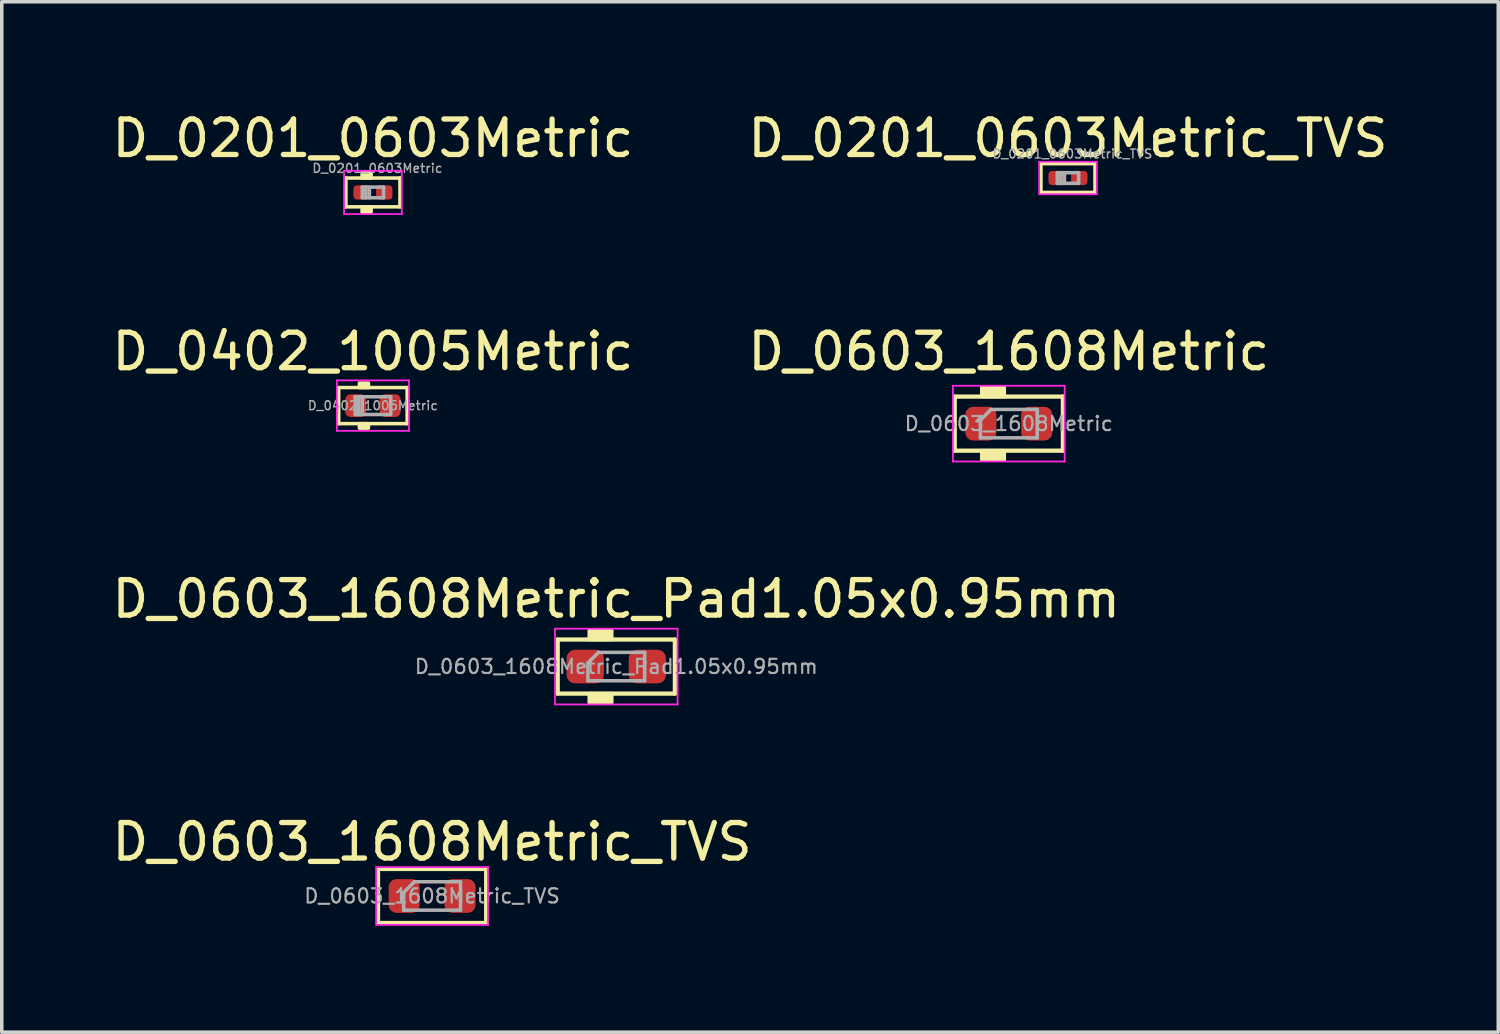
<source format=kicad_pcb>
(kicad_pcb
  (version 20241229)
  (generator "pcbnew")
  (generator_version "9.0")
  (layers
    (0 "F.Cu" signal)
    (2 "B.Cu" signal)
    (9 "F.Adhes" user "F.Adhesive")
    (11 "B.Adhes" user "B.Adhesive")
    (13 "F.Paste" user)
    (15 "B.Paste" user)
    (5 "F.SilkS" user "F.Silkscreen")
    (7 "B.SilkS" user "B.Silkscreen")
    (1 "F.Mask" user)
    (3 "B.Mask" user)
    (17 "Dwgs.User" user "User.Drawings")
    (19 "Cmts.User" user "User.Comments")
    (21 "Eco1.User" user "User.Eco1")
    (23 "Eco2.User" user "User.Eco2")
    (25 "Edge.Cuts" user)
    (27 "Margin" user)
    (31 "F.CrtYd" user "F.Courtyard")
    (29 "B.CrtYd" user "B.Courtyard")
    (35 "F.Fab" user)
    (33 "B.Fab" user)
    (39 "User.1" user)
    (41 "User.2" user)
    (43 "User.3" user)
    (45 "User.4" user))
  (footprint "D_0201_0603Metric_TVS"
    (layer "F.Cu")
    (at 27.042 1.966)
    (property "Reference" "D_0201_0603Metric_TVS" (at 0 -1.118 0) (layer "F.SilkS") (effects (font (size 1 1) (thickness 0.15))))
    (attr smd)
    (fp_line (start -0.762 -0.406) (end 0.762 -0.406) (stroke (width 0.1) (type solid)) (layer "F.SilkS"))
    (fp_line (start -0.762 0.406) (end -0.762 -0.406) (stroke (width 0.1) (type solid)) (layer "F.SilkS"))
    (fp_line (start 0.762 -0.406) (end 0.762 0.406) (stroke (width 0.1) (type solid)) (layer "F.SilkS"))
    (fp_line (start 0.762 0.406) (end -0.762 0.406) (stroke (width 0.1) (type solid)) (layer "F.SilkS"))
    (fp_line (start -0.813 -0.457) (end 0.813 -0.457) (stroke (width 0.05) (type solid)) (layer "F.CrtYd"))
    (fp_line (start -0.813 0.457) (end -0.813 -0.457) (stroke (width 0.05) (type solid)) (layer "F.CrtYd"))
    (fp_line (start 0.813 0.457) (end -0.813 0.457) (stroke (width 0.05) (type solid)) (layer "F.CrtYd"))
    (fp_line (start 0.813 0.457) (end 0.813 -0.457) (stroke (width 0.05) (type solid)) (layer "F.CrtYd"))
    (fp_line (start -0.3 -0.15) (end 0.3 -0.15) (stroke (width 0.1) (type solid)) (layer "F.Fab"))
    (fp_line (start -0.3 0.15) (end -0.3 -0.15) (stroke (width 0.1) (type solid)) (layer "F.Fab"))
    (fp_line (start -0.2 0.15) (end -0.2 -0.15) (stroke (width 0.1) (type solid)) (layer "F.Fab"))
    (fp_line (start -0.1 0.15) (end -0.1 -0.15) (stroke (width 0.1) (type solid)) (layer "F.Fab"))
    (fp_line (start 0.3 -0.15) (end 0.3 0.15) (stroke (width 0.1) (type solid)) (layer "F.Fab"))
    (fp_line (start 0.3 0.15) (end -0.3 0.15) (stroke (width 0.1) (type solid)) (layer "F.Fab"))
    (fp_text user "${REFERENCE}" (at 0.127 -0.68 0) (layer "F.Fab") (effects (font (size 0.25 0.25) (thickness 0.04))))
    (pad "" smd roundrect (at -0.345 0) (size 0.318 0.36) (layers "F.Paste") (roundrect_rratio 0.25))
    (pad "" smd roundrect (at 0.345 0) (size 0.318 0.36) (layers "F.Paste") (roundrect_rratio 0.25))
    (pad "1" smd roundrect (at -0.32 0) (size 0.46 0.4) (layers "F.Cu" "F.Mask") (roundrect_rratio 0.25))
    (pad "2" smd roundrect (at 0.32 0) (size 0.46 0.4) (layers "F.Cu" "F.Mask") (roundrect_rratio 0.25)))
  (footprint "D_0402_1005Metric"
    (layer "F.Cu")
    (at 7.458 8.379)
    (property "Reference" "D_0402_1005Metric" (at 0 -1.524 0) (layer "F.SilkS") (effects (font (size 1 1) (thickness 0.15))))
    (attr smd)
    (fp_line (start -0.965 -0.508) (end -0.965 0.508) (stroke (width 0.1) (type solid)) (layer "F.SilkS"))
    (fp_line (start -0.965 0.508) (end 0.965 0.508) (stroke (width 0.1) (type solid)) (layer "F.SilkS"))
    (fp_line (start 0.965 -0.508) (end -0.965 -0.508) (stroke (width 0.1) (type solid)) (layer "F.SilkS"))
    (fp_line (start 0.965 0.508) (end 0.965 -0.508) (stroke (width 0.1) (type solid)) (layer "F.SilkS"))
    (fp_poly (pts (xy -0.127 -0.508) (xy -0.381 -0.508) (xy -0.381 -0.635) (xy -0.127 -0.635)) (stroke (width 0.1) (type solid)) (fill yes) (layer "F.SilkS"))
    (fp_poly (pts (xy -0.127 0.635) (xy -0.381 0.635) (xy -0.381 0.508) (xy -0.127 0.508)) (stroke (width 0.1) (type solid)) (fill yes) (layer "F.SilkS"))
    (fp_line (start -1.016 -0.711) (end 1.016 -0.711) (stroke (width 0.05) (type solid)) (layer "F.CrtYd"))
    (fp_line (start -1.016 0.711) (end -1.016 -0.711) (stroke (width 0.05) (type solid)) (layer "F.CrtYd"))
    (fp_line (start 1.016 -0.711) (end 1.016 0.711) (stroke (width 0.05) (type solid)) (layer "F.CrtYd"))
    (fp_line (start 1.016 0.711) (end -1.016 0.711) (stroke (width 0.05) (type solid)) (layer "F.CrtYd"))
    (fp_line (start -0.5 -0.25) (end 0.5 -0.25) (stroke (width 0.1) (type solid)) (layer "F.Fab"))
    (fp_line (start -0.5 0.25) (end -0.5 -0.25) (stroke (width 0.1) (type solid)) (layer "F.Fab"))
    (fp_line (start -0.4 0.25) (end -0.4 -0.25) (stroke (width 0.1) (type solid)) (layer "F.Fab"))
    (fp_line (start -0.3 0.25) (end -0.3 -0.25) (stroke (width 0.1) (type solid)) (layer "F.Fab"))
    (fp_line (start 0.5 -0.25) (end 0.5 0.25) (stroke (width 0.1) (type solid)) (layer "F.Fab"))
    (fp_line (start 0.5 0.25) (end -0.5 0.25) (stroke (width 0.1) (type solid)) (layer "F.Fab"))
    (fp_text user "${REFERENCE}" (at 0 0 0) (layer "F.Fab") (effects (font (size 0.25 0.25) (thickness 0.04))))
    (pad "1" smd roundrect (at -0.485 0) (size 0.59 0.64) (layers "F.Cu" "F.Mask" "F.Paste") (roundrect_rratio 0.25))
    (pad "2" smd roundrect (at 0.485 0) (size 0.59 0.64) (layers "F.Cu" "F.Mask" "F.Paste") (roundrect_rratio 0.25)))
  (footprint "D_0603_1608Metric_TVS"
    (layer "F.Cu")
    (at 9.125 22.196)
    (property "Reference" "D_0603_1608Metric_TVS" (at 0 -1.524 0) (layer "F.SilkS") (effects (font (size 1 1) (thickness 0.15))))
    (attr smd)
    (fp_line (start -1.524 -0.762) (end -1.524 0.762) (stroke (width 0.12) (type solid)) (layer "F.SilkS"))
    (fp_line (start -1.524 0.762) (end 1.524 0.762) (stroke (width 0.12) (type solid)) (layer "F.SilkS"))
    (fp_line (start 1.524 -0.762) (end -1.524 -0.762) (stroke (width 0.12) (type solid)) (layer "F.SilkS"))
    (fp_line (start 1.524 0.762) (end 1.524 -0.762) (stroke (width 0.12) (type solid)) (layer "F.SilkS"))
    (fp_line (start -1.575 -0.813) (end 1.575 -0.813) (stroke (width 0.05) (type solid)) (layer "F.CrtYd"))
    (fp_line (start -1.575 0.813) (end -1.575 -0.813) (stroke (width 0.05) (type solid)) (layer "F.CrtYd"))
    (fp_line (start 1.575 -0.813) (end 1.575 0.813) (stroke (width 0.05) (type solid)) (layer "F.CrtYd"))
    (fp_line (start 1.575 0.813) (end -1.575 0.813) (stroke (width 0.05) (type solid)) (layer "F.CrtYd"))
    (fp_line (start -0.8 -0.1) (end -0.8 0.4) (stroke (width 0.1) (type solid)) (layer "F.Fab"))
    (fp_line (start -0.8 0.4) (end 0.8 0.4) (stroke (width 0.1) (type solid)) (layer "F.Fab"))
    (fp_line (start -0.5 -0.4) (end -0.8 -0.1) (stroke (width 0.1) (type solid)) (layer "F.Fab"))
    (fp_line (start 0.8 -0.4) (end -0.5 -0.4) (stroke (width 0.1) (type solid)) (layer "F.Fab"))
    (fp_line (start 0.8 0.4) (end 0.8 -0.4) (stroke (width 0.1) (type solid)) (layer "F.Fab"))
    (fp_text user "${REFERENCE}" (at 0 0 0) (layer "F.Fab") (effects (font (size 0.4 0.4) (thickness 0.06))))
    (pad "1" smd roundrect (at -0.787 0) (size 0.875 0.95) (layers "F.Cu" "F.Mask" "F.Paste") (roundrect_rratio 0.25))
    (pad "2" smd roundrect (at 0.787 0) (size 0.875 0.95) (layers "F.Cu" "F.Mask" "F.Paste") (roundrect_rratio 0.25)))
  (footprint "D_0201_0603Metric"
    (layer "F.Cu")
    (at 7.458 2.372)
    (property "Reference" "D_0201_0603Metric" (at 0 -1.524 0) (layer "F.SilkS") (effects (font (size 1 1) (thickness 0.15))))
    (attr smd)
    (fp_line (start -0.762 -0.406) (end 0.762 -0.406) (stroke (width 0.1) (type solid)) (layer "F.SilkS"))
    (fp_line (start -0.762 0.406) (end -0.762 -0.406) (stroke (width 0.1) (type solid)) (layer "F.SilkS"))
    (fp_line (start 0.762 -0.406) (end 0.762 0.406) (stroke (width 0.1) (type solid)) (layer "F.SilkS"))
    (fp_line (start 0.762 0.406) (end -0.762 0.406) (stroke (width 0.1) (type solid)) (layer "F.SilkS"))
    (fp_poly (pts (xy -0.051 -0.406) (xy -0.305 -0.406) (xy -0.305 -0.559) (xy -0.051 -0.559)) (stroke (width 0.1) (type solid)) (fill yes) (layer "F.SilkS"))
    (fp_poly (pts (xy -0.051 0.559) (xy -0.305 0.559) (xy -0.305 0.406) (xy -0.051 0.406)) (stroke (width 0.1) (type solid)) (fill yes) (layer "F.SilkS"))
    (fp_line (start -0.813 -0.61) (end 0.813 -0.61) (stroke (width 0.05) (type solid)) (layer "F.CrtYd"))
    (fp_line (start -0.813 0.61) (end -0.813 -0.61) (stroke (width 0.05) (type solid)) (layer "F.CrtYd"))
    (fp_line (start 0.813 0.61) (end -0.813 0.61) (stroke (width 0.05) (type solid)) (layer "F.CrtYd"))
    (fp_line (start 0.813 0.61) (end 0.813 -0.61) (stroke (width 0.05) (type solid)) (layer "F.CrtYd"))
    (fp_line (start -0.3 -0.15) (end 0.3 -0.15) (stroke (width 0.1) (type solid)) (layer "F.Fab"))
    (fp_line (start -0.3 0.15) (end -0.3 -0.15) (stroke (width 0.1) (type solid)) (layer "F.Fab"))
    (fp_line (start -0.2 0.15) (end -0.2 -0.15) (stroke (width 0.1) (type solid)) (layer "F.Fab"))
    (fp_line (start -0.1 0.15) (end -0.1 -0.15) (stroke (width 0.1) (type solid)) (layer "F.Fab"))
    (fp_line (start 0.3 -0.15) (end 0.3 0.15) (stroke (width 0.1) (type solid)) (layer "F.Fab"))
    (fp_line (start 0.3 0.15) (end -0.3 0.15) (stroke (width 0.1) (type solid)) (layer "F.Fab"))
    (fp_text user "${REFERENCE}" (at 0.127 -0.68 0) (layer "F.Fab") (effects (font (size 0.25 0.25) (thickness 0.04))))
    (pad "" smd roundrect (at -0.345 0) (size 0.318 0.36) (layers "F.Paste") (roundrect_rratio 0.25))
    (pad "" smd roundrect (at 0.345 0) (size 0.318 0.36) (layers "F.Paste") (roundrect_rratio 0.25))
    (pad "1" smd roundrect (at -0.32 0) (size 0.46 0.4) (layers "F.Cu" "F.Mask") (roundrect_rratio 0.25))
    (pad "2" smd roundrect (at 0.32 0) (size 0.46 0.4) (layers "F.Cu" "F.Mask") (roundrect_rratio 0.25)))
  (footprint "D_0603_1608Metric_Pad1.05x0.95mm"
    (layer "F.Cu")
    (at 14.315 15.732)
    (property "Reference" "D_0603_1608Metric_Pad1.05x0.95mm" (at 0 -1.905 0) (layer "F.SilkS") (effects (font (size 1 1) (thickness 0.15))))
    (attr smd)
    (fp_line (start -1.651 -0.762) (end 1.651 -0.762) (stroke (width 0.12) (type solid)) (layer "F.SilkS"))
    (fp_line (start -1.651 0.762) (end -1.651 -0.762) (stroke (width 0.12) (type solid)) (layer "F.SilkS"))
    (fp_line (start 1.651 -0.762) (end 1.651 0.762) (stroke (width 0.12) (type solid)) (layer "F.SilkS"))
    (fp_line (start 1.651 0.762) (end -1.651 0.762) (stroke (width 0.12) (type solid)) (layer "F.SilkS"))
    (fp_poly (pts (xy -0.127 -0.762) (xy -0.762 -0.762) (xy -0.762 -1.016) (xy -0.127 -1.016)) (stroke (width 0.1) (type solid)) (fill yes) (layer "F.SilkS"))
    (fp_poly (pts (xy -0.127 1.016) (xy -0.762 1.016) (xy -0.762 0.762) (xy -0.127 0.762)) (stroke (width 0.1) (type solid)) (fill yes) (layer "F.SilkS"))
    (fp_line (start -1.727 -1.067) (end 1.727 -1.067) (stroke (width 0.05) (type solid)) (layer "F.CrtYd"))
    (fp_line (start -1.727 1.067) (end -1.727 -1.067) (stroke (width 0.05) (type solid)) (layer "F.CrtYd"))
    (fp_line (start 1.727 -1.067) (end 1.727 1.067) (stroke (width 0.05) (type solid)) (layer "F.CrtYd"))
    (fp_line (start 1.727 1.067) (end -1.727 1.067) (stroke (width 0.05) (type solid)) (layer "F.CrtYd"))
    (fp_line (start -0.8 -0.1) (end -0.8 0.4) (stroke (width 0.1) (type solid)) (layer "F.Fab"))
    (fp_line (start -0.8 0.4) (end 0.8 0.4) (stroke (width 0.1) (type solid)) (layer "F.Fab"))
    (fp_line (start -0.5 -0.4) (end -0.8 -0.1) (stroke (width 0.1) (type solid)) (layer "F.Fab"))
    (fp_line (start 0.8 -0.4) (end -0.5 -0.4) (stroke (width 0.1) (type solid)) (layer "F.Fab"))
    (fp_line (start 0.8 0.4) (end 0.8 -0.4) (stroke (width 0.1) (type solid)) (layer "F.Fab"))
    (fp_text user "${REFERENCE}" (at 0 0 0) (layer "F.Fab") (effects (font (size 0.4 0.4) (thickness 0.06))))
    (pad "1" smd roundrect (at -0.875 0) (size 1.05 0.95) (layers "F.Cu" "F.Mask" "F.Paste") (roundrect_rratio 0.25))
    (pad "2" smd roundrect (at 0.875 0) (size 1.05 0.95) (layers "F.Cu" "F.Mask" "F.Paste") (roundrect_rratio 0.25)))
  (footprint "D_0603_1608Metric"
    (layer "F.Cu")
    (at 25.375 8.887)
    (property "Reference" "D_0603_1608Metric" (at 0 -2.032 0) (layer "F.SilkS") (effects (font (size 1 1) (thickness 0.15))))
    (attr smd)
    (fp_line (start -1.524 -0.762) (end -1.524 0.762) (stroke (width 0.12) (type solid)) (layer "F.SilkS"))
    (fp_line (start -1.524 0.762) (end 1.524 0.762) (stroke (width 0.12) (type solid)) (layer "F.SilkS"))
    (fp_line (start 1.524 -0.762) (end -1.524 -0.762) (stroke (width 0.12) (type solid)) (layer "F.SilkS"))
    (fp_line (start 1.524 0.762) (end 1.524 -0.762) (stroke (width 0.12) (type solid)) (layer "F.SilkS"))
    (fp_poly (pts (xy -0.127 -0.762) (xy -0.762 -0.762) (xy -0.762 -1.016) (xy -0.127 -1.016)) (stroke (width 0.1) (type solid)) (fill yes) (layer "F.SilkS"))
    (fp_poly (pts (xy -0.127 1.016) (xy -0.762 1.016) (xy -0.762 0.762) (xy -0.127 0.762)) (stroke (width 0.1) (type solid)) (fill yes) (layer "F.SilkS"))
    (fp_line (start -1.575 -1.067) (end 1.575 -1.067) (stroke (width 0.05) (type solid)) (layer "F.CrtYd"))
    (fp_line (start -1.575 1.067) (end -1.575 -1.067) (stroke (width 0.05) (type solid)) (layer "F.CrtYd"))
    (fp_line (start 1.575 -1.067) (end 1.575 1.067) (stroke (width 0.05) (type solid)) (layer "F.CrtYd"))
    (fp_line (start 1.575 1.067) (end -1.575 1.067) (stroke (width 0.05) (type solid)) (layer "F.CrtYd"))
    (fp_line (start -0.8 -0.1) (end -0.8 0.4) (stroke (width 0.1) (type solid)) (layer "F.Fab"))
    (fp_line (start -0.8 0.4) (end 0.8 0.4) (stroke (width 0.1) (type solid)) (layer "F.Fab"))
    (fp_line (start -0.5 -0.4) (end -0.8 -0.1) (stroke (width 0.1) (type solid)) (layer "F.Fab"))
    (fp_line (start 0.8 -0.4) (end -0.5 -0.4) (stroke (width 0.1) (type solid)) (layer "F.Fab"))
    (fp_line (start 0.8 0.4) (end 0.8 -0.4) (stroke (width 0.1) (type solid)) (layer "F.Fab"))
    (fp_text user "${REFERENCE}" (at 0 0 0) (layer "F.Fab") (effects (font (size 0.4 0.4) (thickness 0.06))))
    (pad "1" smd roundrect (at -0.787 0) (size 0.875 0.95) (layers "F.Cu" "F.Mask" "F.Paste") (roundrect_rratio 0.25))
    (pad "2" smd roundrect (at 0.787 0) (size 0.875 0.95) (layers "F.Cu" "F.Mask" "F.Paste") (roundrect_rratio 0.25)))
  (gr_rect
    (start -3 -3)
    (end 39.167 26.034)
    (stroke (width 0.1) (type default))
    (fill no)
    (layer "Edge.Cuts")))
</source>
